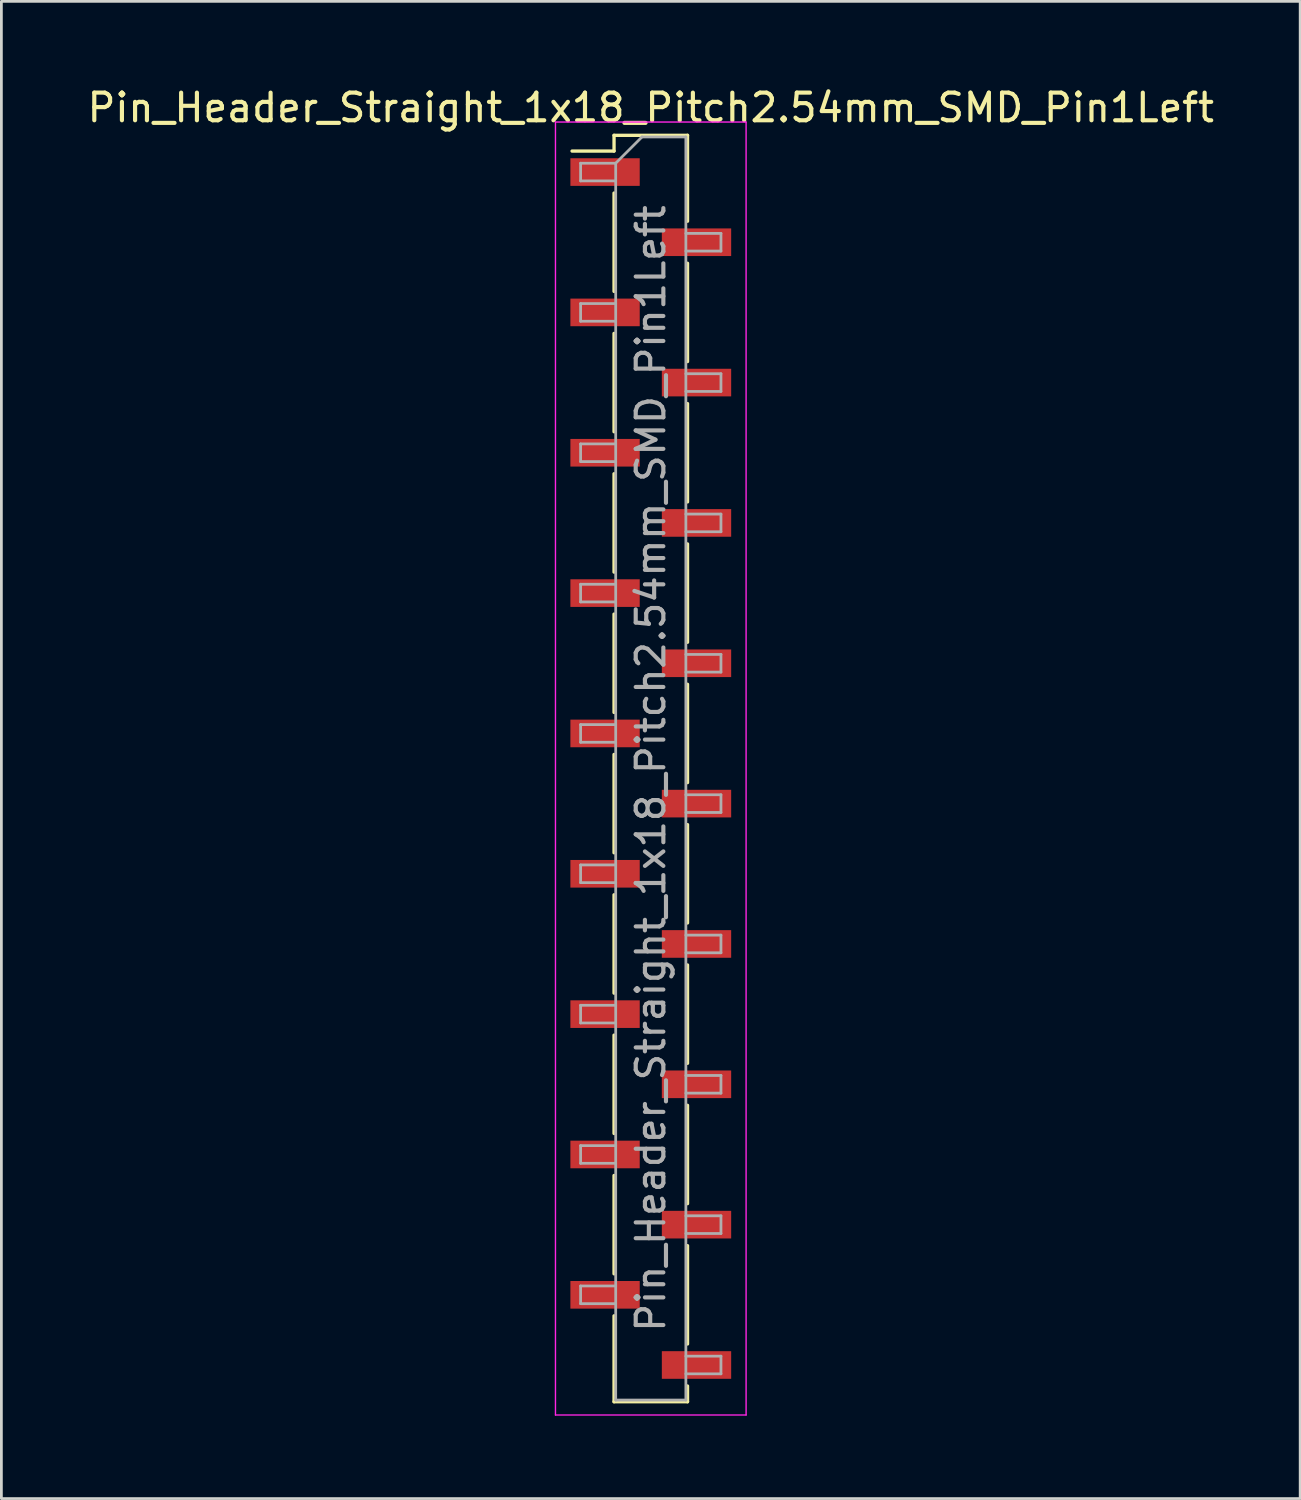
<source format=kicad_pcb>
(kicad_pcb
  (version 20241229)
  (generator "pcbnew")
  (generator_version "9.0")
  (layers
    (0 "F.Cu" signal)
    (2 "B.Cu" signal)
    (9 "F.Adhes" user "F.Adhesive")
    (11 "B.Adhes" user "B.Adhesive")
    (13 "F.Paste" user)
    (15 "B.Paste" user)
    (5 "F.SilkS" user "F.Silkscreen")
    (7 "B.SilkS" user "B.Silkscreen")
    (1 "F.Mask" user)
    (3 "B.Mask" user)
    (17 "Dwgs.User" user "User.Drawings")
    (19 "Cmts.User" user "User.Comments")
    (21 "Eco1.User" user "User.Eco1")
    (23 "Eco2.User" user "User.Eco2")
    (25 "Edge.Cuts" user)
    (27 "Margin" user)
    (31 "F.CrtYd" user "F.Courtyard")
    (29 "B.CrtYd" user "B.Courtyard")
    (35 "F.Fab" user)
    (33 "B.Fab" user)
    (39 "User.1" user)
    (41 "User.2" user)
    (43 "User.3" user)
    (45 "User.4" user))
  (footprint "Pin_Header_Straight_1x18_Pitch2.54mm_SMD_Pin1Left"
    (layer "F.Cu")
    (at 20.506 24.768)
    (property "Reference" "Pin_Header_Straight_1x18_Pitch2.54mm_SMD_Pin1Left" (at 0 -23.92 0) (layer "F.SilkS") (effects (font (size 1 1) (thickness 0.15))))
    (attr smd)
    (fp_line (start -1.33 -22.92) (end -1.33 -22.35) (stroke (width 0.12) (type solid)) (layer "F.SilkS"))
    (fp_line (start -1.33 -22.92) (end 1.33 -22.92) (stroke (width 0.12) (type solid)) (layer "F.SilkS"))
    (fp_line (start -1.33 -22.35) (end -2.85 -22.35) (stroke (width 0.12) (type solid)) (layer "F.SilkS"))
    (fp_line (start -1.33 -20.83) (end -1.33 -17.27) (stroke (width 0.12) (type solid)) (layer "F.SilkS"))
    (fp_line (start -1.33 -15.75) (end -1.33 -12.19) (stroke (width 0.12) (type solid)) (layer "F.SilkS"))
    (fp_line (start -1.33 -10.67) (end -1.33 -7.11) (stroke (width 0.12) (type solid)) (layer "F.SilkS"))
    (fp_line (start -1.33 -5.59) (end -1.33 -2.03) (stroke (width 0.12) (type solid)) (layer "F.SilkS"))
    (fp_line (start -1.33 -0.51) (end -1.33 3.05) (stroke (width 0.12) (type solid)) (layer "F.SilkS"))
    (fp_line (start -1.33 4.57) (end -1.33 8.13) (stroke (width 0.12) (type solid)) (layer "F.SilkS"))
    (fp_line (start -1.33 9.65) (end -1.33 13.21) (stroke (width 0.12) (type solid)) (layer "F.SilkS"))
    (fp_line (start -1.33 14.73) (end -1.33 18.29) (stroke (width 0.12) (type solid)) (layer "F.SilkS"))
    (fp_line (start -1.33 19.81) (end -1.33 22.92) (stroke (width 0.12) (type solid)) (layer "F.SilkS"))
    (fp_line (start -1.33 22.92) (end 1.33 22.92) (stroke (width 0.12) (type solid)) (layer "F.SilkS"))
    (fp_line (start 1.33 -22.92) (end 1.33 -19.81) (stroke (width 0.12) (type solid)) (layer "F.SilkS"))
    (fp_line (start 1.33 -18.29) (end 1.33 -14.73) (stroke (width 0.12) (type solid)) (layer "F.SilkS"))
    (fp_line (start 1.33 -13.21) (end 1.33 -9.65) (stroke (width 0.12) (type solid)) (layer "F.SilkS"))
    (fp_line (start 1.33 -8.13) (end 1.33 -4.57) (stroke (width 0.12) (type solid)) (layer "F.SilkS"))
    (fp_line (start 1.33 -3.05) (end 1.33 0.51) (stroke (width 0.12) (type solid)) (layer "F.SilkS"))
    (fp_line (start 1.33 2.03) (end 1.33 5.59) (stroke (width 0.12) (type solid)) (layer "F.SilkS"))
    (fp_line (start 1.33 7.11) (end 1.33 10.67) (stroke (width 0.12) (type solid)) (layer "F.SilkS"))
    (fp_line (start 1.33 12.19) (end 1.33 15.75) (stroke (width 0.12) (type solid)) (layer "F.SilkS"))
    (fp_line (start 1.33 17.27) (end 1.33 20.83) (stroke (width 0.12) (type solid)) (layer "F.SilkS"))
    (fp_line (start 1.33 22.35) (end 1.33 22.92) (stroke (width 0.12) (type solid)) (layer "F.SilkS"))
    (fp_line (start -3.45 -23.4) (end -3.45 23.4) (stroke (width 0.05) (type solid)) (layer "F.CrtYd"))
    (fp_line (start -3.45 23.4) (end 3.45 23.4) (stroke (width 0.05) (type solid)) (layer "F.CrtYd"))
    (fp_line (start 3.45 -23.4) (end -3.45 -23.4) (stroke (width 0.05) (type solid)) (layer "F.CrtYd"))
    (fp_line (start 3.45 23.4) (end 3.45 -23.4) (stroke (width 0.05) (type solid)) (layer "F.CrtYd"))
    (fp_line (start -2.54 -21.91) (end -2.54 -21.27) (stroke (width 0.1) (type solid)) (layer "F.Fab"))
    (fp_line (start -2.54 -21.27) (end -1.27 -21.27) (stroke (width 0.1) (type solid)) (layer "F.Fab"))
    (fp_line (start -2.54 -16.83) (end -2.54 -16.19) (stroke (width 0.1) (type solid)) (layer "F.Fab"))
    (fp_line (start -2.54 -16.19) (end -1.27 -16.19) (stroke (width 0.1) (type solid)) (layer "F.Fab"))
    (fp_line (start -2.54 -11.75) (end -2.54 -11.11) (stroke (width 0.1) (type solid)) (layer "F.Fab"))
    (fp_line (start -2.54 -11.11) (end -1.27 -11.11) (stroke (width 0.1) (type solid)) (layer "F.Fab"))
    (fp_line (start -2.54 -6.67) (end -2.54 -6.03) (stroke (width 0.1) (type solid)) (layer "F.Fab"))
    (fp_line (start -2.54 -6.03) (end -1.27 -6.03) (stroke (width 0.1) (type solid)) (layer "F.Fab"))
    (fp_line (start -2.54 -1.59) (end -2.54 -0.95) (stroke (width 0.1) (type solid)) (layer "F.Fab"))
    (fp_line (start -2.54 -0.95) (end -1.27 -0.95) (stroke (width 0.1) (type solid)) (layer "F.Fab"))
    (fp_line (start -2.54 3.49) (end -2.54 4.13) (stroke (width 0.1) (type solid)) (layer "F.Fab"))
    (fp_line (start -2.54 4.13) (end -1.27 4.13) (stroke (width 0.1) (type solid)) (layer "F.Fab"))
    (fp_line (start -2.54 8.57) (end -2.54 9.21) (stroke (width 0.1) (type solid)) (layer "F.Fab"))
    (fp_line (start -2.54 9.21) (end -1.27 9.21) (stroke (width 0.1) (type solid)) (layer "F.Fab"))
    (fp_line (start -2.54 13.65) (end -2.54 14.29) (stroke (width 0.1) (type solid)) (layer "F.Fab"))
    (fp_line (start -2.54 14.29) (end -1.27 14.29) (stroke (width 0.1) (type solid)) (layer "F.Fab"))
    (fp_line (start -2.54 18.73) (end -2.54 19.37) (stroke (width 0.1) (type solid)) (layer "F.Fab"))
    (fp_line (start -2.54 19.37) (end -1.27 19.37) (stroke (width 0.1) (type solid)) (layer "F.Fab"))
    (fp_line (start -1.27 -21.91) (end -2.54 -21.91) (stroke (width 0.1) (type solid)) (layer "F.Fab"))
    (fp_line (start -1.27 -21.91) (end -0.32 -22.86) (stroke (width 0.1) (type solid)) (layer "F.Fab"))
    (fp_line (start -1.27 -16.83) (end -2.54 -16.83) (stroke (width 0.1) (type solid)) (layer "F.Fab"))
    (fp_line (start -1.27 -11.75) (end -2.54 -11.75) (stroke (width 0.1) (type solid)) (layer "F.Fab"))
    (fp_line (start -1.27 -6.67) (end -2.54 -6.67) (stroke (width 0.1) (type solid)) (layer "F.Fab"))
    (fp_line (start -1.27 -1.59) (end -2.54 -1.59) (stroke (width 0.1) (type solid)) (layer "F.Fab"))
    (fp_line (start -1.27 3.49) (end -2.54 3.49) (stroke (width 0.1) (type solid)) (layer "F.Fab"))
    (fp_line (start -1.27 8.57) (end -2.54 8.57) (stroke (width 0.1) (type solid)) (layer "F.Fab"))
    (fp_line (start -1.27 13.65) (end -2.54 13.65) (stroke (width 0.1) (type solid)) (layer "F.Fab"))
    (fp_line (start -1.27 18.73) (end -2.54 18.73) (stroke (width 0.1) (type solid)) (layer "F.Fab"))
    (fp_line (start -1.27 22.86) (end -1.27 -21.91) (stroke (width 0.1) (type solid)) (layer "F.Fab"))
    (fp_line (start -0.32 -22.86) (end 1.27 -22.86) (stroke (width 0.1) (type solid)) (layer "F.Fab"))
    (fp_line (start 1.27 -22.86) (end 1.27 22.86) (stroke (width 0.1) (type solid)) (layer "F.Fab"))
    (fp_line (start 1.27 -19.37) (end 2.54 -19.37) (stroke (width 0.1) (type solid)) (layer "F.Fab"))
    (fp_line (start 1.27 -14.29) (end 2.54 -14.29) (stroke (width 0.1) (type solid)) (layer "F.Fab"))
    (fp_line (start 1.27 -9.21) (end 2.54 -9.21) (stroke (width 0.1) (type solid)) (layer "F.Fab"))
    (fp_line (start 1.27 -4.13) (end 2.54 -4.13) (stroke (width 0.1) (type solid)) (layer "F.Fab"))
    (fp_line (start 1.27 0.95) (end 2.54 0.95) (stroke (width 0.1) (type solid)) (layer "F.Fab"))
    (fp_line (start 1.27 6.03) (end 2.54 6.03) (stroke (width 0.1) (type solid)) (layer "F.Fab"))
    (fp_line (start 1.27 11.11) (end 2.54 11.11) (stroke (width 0.1) (type solid)) (layer "F.Fab"))
    (fp_line (start 1.27 16.19) (end 2.54 16.19) (stroke (width 0.1) (type solid)) (layer "F.Fab"))
    (fp_line (start 1.27 21.27) (end 2.54 21.27) (stroke (width 0.1) (type solid)) (layer "F.Fab"))
    (fp_line (start 1.27 22.86) (end -1.27 22.86) (stroke (width 0.1) (type solid)) (layer "F.Fab"))
    (fp_line (start 2.54 -19.37) (end 2.54 -18.73) (stroke (width 0.1) (type solid)) (layer "F.Fab"))
    (fp_line (start 2.54 -18.73) (end 1.27 -18.73) (stroke (width 0.1) (type solid)) (layer "F.Fab"))
    (fp_line (start 2.54 -14.29) (end 2.54 -13.65) (stroke (width 0.1) (type solid)) (layer "F.Fab"))
    (fp_line (start 2.54 -13.65) (end 1.27 -13.65) (stroke (width 0.1) (type solid)) (layer "F.Fab"))
    (fp_line (start 2.54 -9.21) (end 2.54 -8.57) (stroke (width 0.1) (type solid)) (layer "F.Fab"))
    (fp_line (start 2.54 -8.57) (end 1.27 -8.57) (stroke (width 0.1) (type solid)) (layer "F.Fab"))
    (fp_line (start 2.54 -4.13) (end 2.54 -3.49) (stroke (width 0.1) (type solid)) (layer "F.Fab"))
    (fp_line (start 2.54 -3.49) (end 1.27 -3.49) (stroke (width 0.1) (type solid)) (layer "F.Fab"))
    (fp_line (start 2.54 0.95) (end 2.54 1.59) (stroke (width 0.1) (type solid)) (layer "F.Fab"))
    (fp_line (start 2.54 1.59) (end 1.27 1.59) (stroke (width 0.1) (type solid)) (layer "F.Fab"))
    (fp_line (start 2.54 6.03) (end 2.54 6.67) (stroke (width 0.1) (type solid)) (layer "F.Fab"))
    (fp_line (start 2.54 6.67) (end 1.27 6.67) (stroke (width 0.1) (type solid)) (layer "F.Fab"))
    (fp_line (start 2.54 11.11) (end 2.54 11.75) (stroke (width 0.1) (type solid)) (layer "F.Fab"))
    (fp_line (start 2.54 11.75) (end 1.27 11.75) (stroke (width 0.1) (type solid)) (layer "F.Fab"))
    (fp_line (start 2.54 16.19) (end 2.54 16.83) (stroke (width 0.1) (type solid)) (layer "F.Fab"))
    (fp_line (start 2.54 16.83) (end 1.27 16.83) (stroke (width 0.1) (type solid)) (layer "F.Fab"))
    (fp_line (start 2.54 21.27) (end 2.54 21.91) (stroke (width 0.1) (type solid)) (layer "F.Fab"))
    (fp_line (start 2.54 21.91) (end 1.27 21.91) (stroke (width 0.1) (type solid)) (layer "F.Fab"))
    (fp_text user "${REFERENCE}" (at 0 0 90) (layer "F.Fab") (effects (font (size 1 1) (thickness 0.15))))
    (pad "1" smd rect (at -1.655 -21.59) (size 2.51 1) (layers "F.Cu" "F.Mask" "F.Paste"))
    (pad "2" smd rect (at 1.655 -19.05) (size 2.51 1) (layers "F.Cu" "F.Mask" "F.Paste"))
    (pad "3" smd rect (at -1.655 -16.51) (size 2.51 1) (layers "F.Cu" "F.Mask" "F.Paste"))
    (pad "4" smd rect (at 1.655 -13.97) (size 2.51 1) (layers "F.Cu" "F.Mask" "F.Paste"))
    (pad "5" smd rect (at -1.655 -11.43) (size 2.51 1) (layers "F.Cu" "F.Mask" "F.Paste"))
    (pad "6" smd rect (at 1.655 -8.89) (size 2.51 1) (layers "F.Cu" "F.Mask" "F.Paste"))
    (pad "7" smd rect (at -1.655 -6.35) (size 2.51 1) (layers "F.Cu" "F.Mask" "F.Paste"))
    (pad "8" smd rect (at 1.655 -3.81) (size 2.51 1) (layers "F.Cu" "F.Mask" "F.Paste"))
    (pad "9" smd rect (at -1.655 -1.27) (size 2.51 1) (layers "F.Cu" "F.Mask" "F.Paste"))
    (pad "10" smd rect (at 1.655 1.27) (size 2.51 1) (layers "F.Cu" "F.Mask" "F.Paste"))
    (pad "11" smd rect (at -1.655 3.81) (size 2.51 1) (layers "F.Cu" "F.Mask" "F.Paste"))
    (pad "12" smd rect (at 1.655 6.35) (size 2.51 1) (layers "F.Cu" "F.Mask" "F.Paste"))
    (pad "13" smd rect (at -1.655 8.89) (size 2.51 1) (layers "F.Cu" "F.Mask" "F.Paste"))
    (pad "14" smd rect (at 1.655 11.43) (size 2.51 1) (layers "F.Cu" "F.Mask" "F.Paste"))
    (pad "15" smd rect (at -1.655 13.97) (size 2.51 1) (layers "F.Cu" "F.Mask" "F.Paste"))
    (pad "16" smd rect (at 1.655 16.51) (size 2.51 1) (layers "F.Cu" "F.Mask" "F.Paste"))
    (pad "17" smd rect (at -1.655 19.05) (size 2.51 1) (layers "F.Cu" "F.Mask" "F.Paste"))
    (pad "18" smd rect (at 1.655 21.59) (size 2.51 1) (layers "F.Cu" "F.Mask" "F.Paste")))
  (gr_rect
    (start -3 -3)
    (end 44.012 51.193)
    (stroke (width 0.1) (type default))
    (fill no)
    (layer "Edge.Cuts")))
</source>
